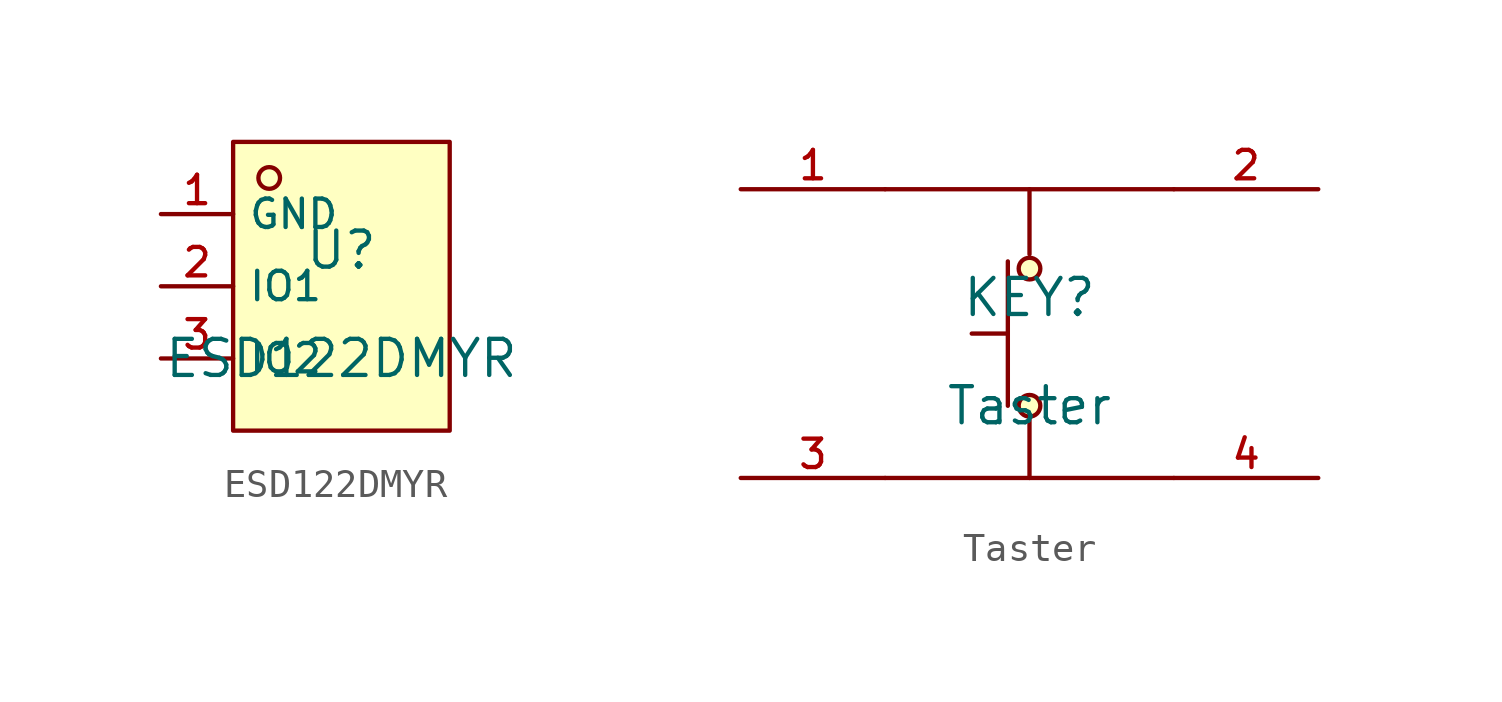
<source format=kicad_sym>
(kicad_symbol_lib
  (version 20231120)
  (generator "kicad_symbol_editor")
  (generator_version "8.0")
  (symbol "ESD122DMYR"
    (property "Reference" "U"
      (at 0 1.27 0)
      (effects (font (size 1.27 1.27))))
    (property "Value" "ESD122DMYR"
      (at 0 -2.54 0)
      (effects (font (size 1.27 1.27))))
    (symbol "ESD122DMYR_0_1"
      (rectangle (start -3.81 5.08) (end 3.81 -5.08) (stroke (width 0) (type default)) (fill (type background)))
      (circle (center -2.54 3.81) (radius 0.381) (stroke (width 0) (type default)) (fill (type background)))
      (pin unspecified line (at -6.35 2.54 0) (length 2.54) (name "GND" (effects (font (size 1 1)))) (number "1" (effects (font (size 1 1)))))
      (pin unspecified line (at -6.35 0 0) (length 2.54) (name "IO1" (effects (font (size 1 1)))) (number "2" (effects (font (size 1 1)))))
      (pin unspecified line (at -6.35 -2.54 0) (length 2.54) (name "IO2" (effects (font (size 1 1)))) (number "3" (effects (font (size 1 1)))))))
  (symbol "Taster"
    (pin_names hide)
    (property "Reference" "KEY"
      (at 0 1.27 0)
      (effects (font (size 1.27 1.27))))
    (property "Value" "Taster"
      (at 0 -2.54 0)
      (effects (font (size 1.27 1.27))))
    (symbol "Taster_0_1"
      (circle (center 0 -2.54) (radius 0.381) (stroke (width 0) (type default)) (fill (type background)))
      (polyline (pts (xy -5.08 -5.08) (xy 5.08 -5.08)) (stroke (width 0) (type default)) (fill (type none)))
      (polyline (pts (xy -5.08 5.08) (xy 5.08 5.08)) (stroke (width 0) (type default)) (fill (type none)))
      (polyline (pts (xy -2.032 0) (xy -0.762 0)) (stroke (width 0) (type default)) (fill (type none)))
      (polyline (pts (xy -0.762 2.54) (xy -0.762 -2.54)) (stroke (width 0) (type default)) (fill (type none)))
      (polyline (pts (xy 0 -5.08) (xy 0 -3.048)) (stroke (width 0) (type default)) (fill (type none)))
      (polyline (pts (xy 0 5.08) (xy 0 2.794)) (stroke (width 0) (type default)) (fill (type none)))
      (circle (center 0 2.286) (radius 0.381) (stroke (width 0) (type default)) (fill (type background)))
      (pin unspecified line (at -10.16 5.08 0) (length 5.08) (name "1" (effects (font (size 1 1)))) (number "1" (effects (font (size 1 1)))))
      (pin unspecified line (at 10.16 5.08 180) (length 5.08) (name "2" (effects (font (size 1 1)))) (number "2" (effects (font (size 1 1)))))
      (pin unspecified line (at -10.16 -5.08 0) (length 5.08) (name "3" (effects (font (size 1 1)))) (number "3" (effects (font (size 1 1)))))
      (pin unspecified line (at 10.16 -5.08 180) (length 5.08) (name "4" (effects (font (size 1 1)))) (number "4" (effects (font (size 1 1))))))))
</source>
